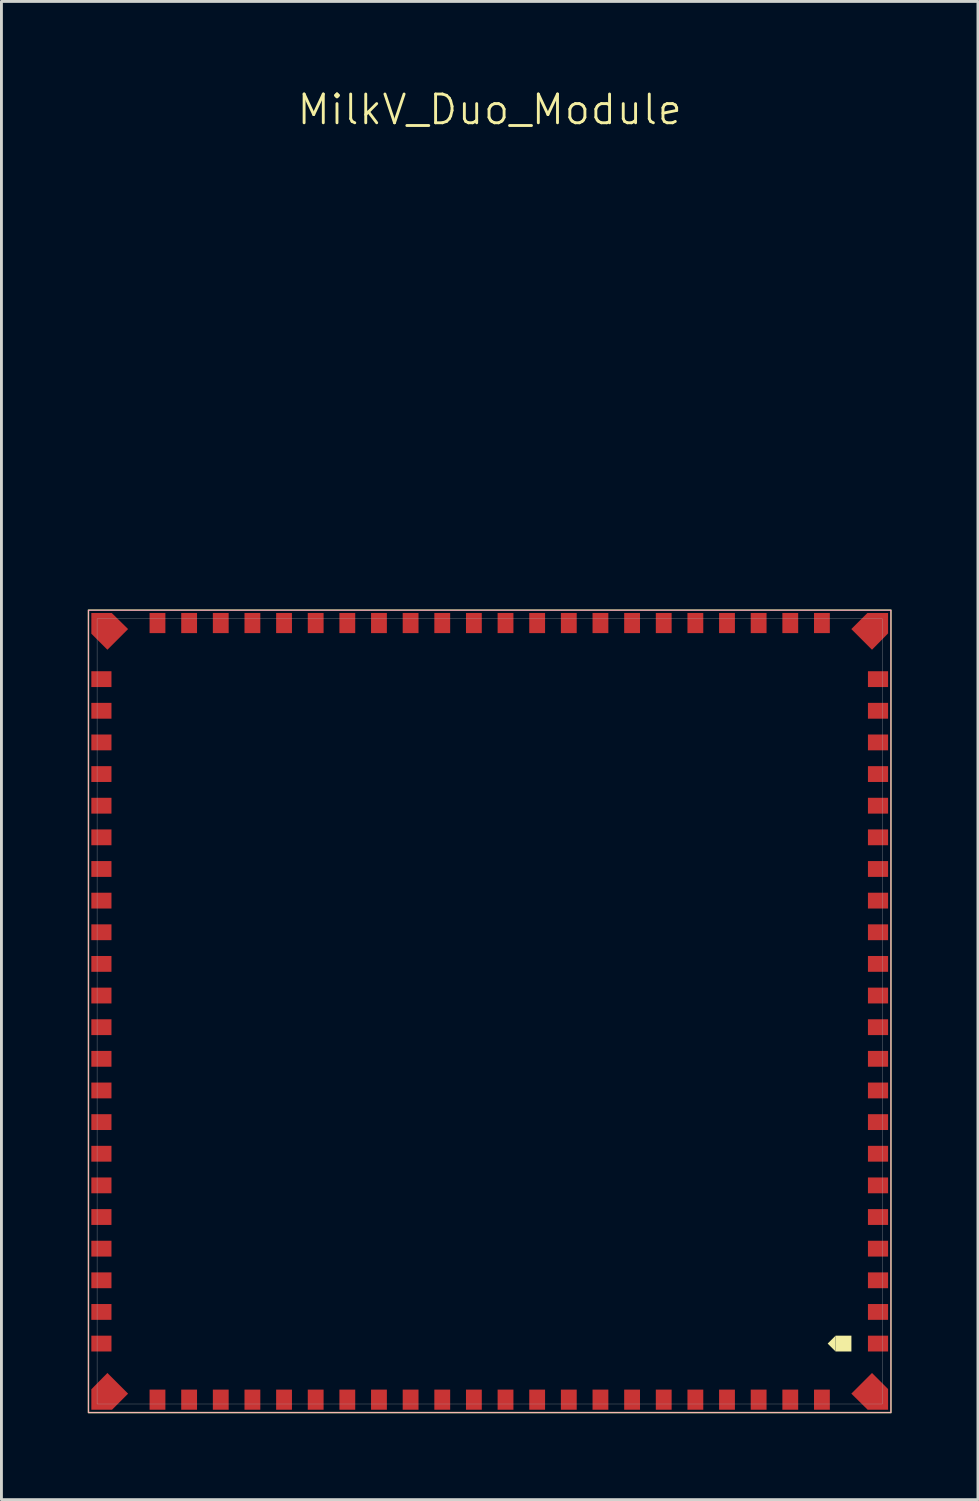
<source format=kicad_pcb>
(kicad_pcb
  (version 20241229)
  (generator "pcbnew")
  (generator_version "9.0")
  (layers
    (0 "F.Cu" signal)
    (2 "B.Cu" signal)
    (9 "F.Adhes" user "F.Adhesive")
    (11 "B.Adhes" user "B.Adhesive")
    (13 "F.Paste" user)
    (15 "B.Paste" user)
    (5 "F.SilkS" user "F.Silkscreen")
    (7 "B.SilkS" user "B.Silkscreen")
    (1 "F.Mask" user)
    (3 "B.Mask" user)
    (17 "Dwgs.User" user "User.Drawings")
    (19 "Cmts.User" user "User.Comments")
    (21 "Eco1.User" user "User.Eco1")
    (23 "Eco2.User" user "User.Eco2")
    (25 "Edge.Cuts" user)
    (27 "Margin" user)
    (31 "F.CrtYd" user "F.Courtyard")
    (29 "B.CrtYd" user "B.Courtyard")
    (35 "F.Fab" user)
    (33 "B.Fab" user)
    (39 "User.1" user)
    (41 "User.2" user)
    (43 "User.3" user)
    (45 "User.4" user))
  (footprint "MilkV_Duo_Module"
    (layer "F.Cu")
    (at 13.975 32.111)
    (property "Reference" "MilkV_Duo_Module" (at 0 -31.35 0) (unlocked yes) (layer "F.SilkS") (effects (font (size 1 1) (thickness 0.1))))
    (attr smd)
    (fp_rect (start -13.95 -13.95) (end 13.95 13.95) (stroke (width 0.05) (type default)) (fill no) (layer "F.SilkS"))
    (fp_rect (start 12.025 11.275) (end 12.575 11.825) (stroke (width 0) (type solid)) (fill yes) (layer "F.SilkS"))
    (fp_poly (pts (xy 12.025 11.275) (xy 11.75 11.55) (xy 12.025 11.825)) (stroke (width 0) (type solid)) (fill yes) (layer "F.SilkS"))
    (fp_rect (start -13.95 -13.95) (end 13.95 13.95) (stroke (width 0.01) (type default)) (fill no) (layer "F.CrtYd"))
    (fp_rect (start -13.65 -13.65) (end 13.65 13.65) (stroke (width 0.01) (type default)) (fill no) (layer "F.Fab"))
    (pad "1" smd rect (at 13.5 11.55 270) (size 0.55 0.7) (layers "F.Cu" "F.Mask" "F.Paste"))
    (pad "2" smd rect (at 13.5 10.45 270) (size 0.55 0.7) (layers "F.Cu" "F.Mask" "F.Paste"))
    (pad "3" smd rect (at 13.5 9.35 270) (size 0.55 0.7) (layers "F.Cu" "F.Mask" "F.Paste"))
    (pad "4" smd rect (at 13.5 8.25 270) (size 0.55 0.7) (layers "F.Cu" "F.Mask" "F.Paste"))
    (pad "5" smd rect (at 13.5 7.15 270) (size 0.55 0.7) (layers "F.Cu" "F.Mask" "F.Paste"))
    (pad "6" smd rect (at 13.5 6.05 270) (size 0.55 0.7) (layers "F.Cu" "F.Mask" "F.Paste"))
    (pad "7" smd rect (at 13.5 4.95 270) (size 0.55 0.7) (layers "F.Cu" "F.Mask" "F.Paste"))
    (pad "8" smd rect (at 13.5 3.85 270) (size 0.55 0.7) (layers "F.Cu" "F.Mask" "F.Paste"))
    (pad "9" smd rect (at 13.5 2.75 270) (size 0.55 0.7) (layers "F.Cu" "F.Mask" "F.Paste"))
    (pad "10" smd rect (at 13.5 1.65 270) (size 0.55 0.7) (layers "F.Cu" "F.Mask" "F.Paste"))
    (pad "11" smd rect (at 13.5 0.55 270) (size 0.55 0.7) (layers "F.Cu" "F.Mask" "F.Paste"))
    (pad "12" smd rect (at 13.5 -0.55 270) (size 0.55 0.7) (layers "F.Cu" "F.Mask" "F.Paste"))
    (pad "13" smd rect (at 13.5 -1.65 270) (size 0.55 0.7) (layers "F.Cu" "F.Mask" "F.Paste"))
    (pad "14" smd rect (at 13.5 -2.75 270) (size 0.55 0.7) (layers "F.Cu" "F.Mask" "F.Paste"))
    (pad "15" smd rect (at 13.5 -3.85 270) (size 0.55 0.7) (layers "F.Cu" "F.Mask" "F.Paste"))
    (pad "16" smd rect (at 13.5 -4.95 270) (size 0.55 0.7) (layers "F.Cu" "F.Mask" "F.Paste"))
    (pad "17" smd rect (at 13.5 -6.05 270) (size 0.55 0.7) (layers "F.Cu" "F.Mask" "F.Paste"))
    (pad "18" smd rect (at 13.5 -7.15 270) (size 0.55 0.7) (layers "F.Cu" "F.Mask" "F.Paste"))
    (pad "19" smd rect (at 13.5 -8.25 270) (size 0.55 0.7) (layers "F.Cu" "F.Mask" "F.Paste"))
    (pad "20" smd rect (at 13.5 -9.35 270) (size 0.55 0.7) (layers "F.Cu" "F.Mask" "F.Paste"))
    (pad "21" smd rect (at 13.5 -10.45 270) (size 0.55 0.7) (layers "F.Cu" "F.Mask" "F.Paste"))
    (pad "22" smd rect (at 13.5 -11.55 270) (size 0.55 0.7) (layers "F.Cu" "F.Mask" "F.Paste"))
    (pad "23" smd rect (at 11.55 -13.5 180) (size 0.55 0.7) (layers "F.Cu" "F.Mask" "F.Paste"))
    (pad "24" smd rect (at 10.45 -13.5 180) (size 0.55 0.7) (layers "F.Cu" "F.Mask" "F.Paste"))
    (pad "25" smd rect (at 9.35 -13.5 180) (size 0.55 0.7) (layers "F.Cu" "F.Mask" "F.Paste"))
    (pad "26" smd rect (at 8.25 -13.5 180) (size 0.55 0.7) (layers "F.Cu" "F.Mask" "F.Paste"))
    (pad "27" smd rect (at 7.15 -13.5 180) (size 0.55 0.7) (layers "F.Cu" "F.Mask" "F.Paste"))
    (pad "28" smd rect (at 6.05 -13.5 180) (size 0.55 0.7) (layers "F.Cu" "F.Mask" "F.Paste"))
    (pad "29" smd rect (at 4.95 -13.5 180) (size 0.55 0.7) (layers "F.Cu" "F.Mask" "F.Paste"))
    (pad "30" smd rect (at 3.85 -13.5 180) (size 0.55 0.7) (layers "F.Cu" "F.Mask" "F.Paste"))
    (pad "31" smd rect (at 2.75 -13.5 180) (size 0.55 0.7) (layers "F.Cu" "F.Mask" "F.Paste"))
    (pad "32" smd rect (at 1.65 -13.5 180) (size 0.55 0.7) (layers "F.Cu" "F.Mask" "F.Paste"))
    (pad "33" smd rect (at 0.55 -13.5 180) (size 0.55 0.7) (layers "F.Cu" "F.Mask" "F.Paste"))
    (pad "34" smd rect (at -0.55 -13.5 180) (size 0.55 0.7) (layers "F.Cu" "F.Mask" "F.Paste"))
    (pad "35" smd rect (at -1.65 -13.5 180) (size 0.55 0.7) (layers "F.Cu" "F.Mask" "F.Paste"))
    (pad "36" smd rect (at -2.75 -13.5 180) (size 0.55 0.7) (layers "F.Cu" "F.Mask" "F.Paste"))
    (pad "37" smd rect (at -3.85 -13.5 180) (size 0.55 0.7) (layers "F.Cu" "F.Mask" "F.Paste"))
    (pad "38" smd rect (at -4.95 -13.5 180) (size 0.55 0.7) (layers "F.Cu" "F.Mask" "F.Paste"))
    (pad "39" smd rect (at -6.05 -13.5 180) (size 0.55 0.7) (layers "F.Cu" "F.Mask" "F.Paste"))
    (pad "40" smd rect (at -7.15 -13.5 180) (size 0.55 0.7) (layers "F.Cu" "F.Mask" "F.Paste"))
    (pad "41" smd rect (at -8.25 -13.5 180) (size 0.55 0.7) (layers "F.Cu" "F.Mask" "F.Paste"))
    (pad "42" smd rect (at -9.35 -13.5 180) (size 0.55 0.7) (layers "F.Cu" "F.Mask" "F.Paste"))
    (pad "43" smd rect (at -10.45 -13.5 180) (size 0.55 0.7) (layers "F.Cu" "F.Mask" "F.Paste"))
    (pad "44" smd rect (at -11.55 -13.5 180) (size 0.55 0.7) (layers "F.Cu" "F.Mask" "F.Paste"))
    (pad "45" smd rect (at -13.5 -11.55 270) (size 0.55 0.7) (layers "F.Cu" "F.Mask" "F.Paste"))
    (pad "46" smd rect (at -13.5 -10.45 270) (size 0.55 0.7) (layers "F.Cu" "F.Mask" "F.Paste"))
    (pad "47" smd rect (at -13.5 -9.35 270) (size 0.55 0.7) (layers "F.Cu" "F.Mask" "F.Paste"))
    (pad "48" smd rect (at -13.5 -8.25 270) (size 0.55 0.7) (layers "F.Cu" "F.Mask" "F.Paste"))
    (pad "49" smd rect (at -13.5 -7.15 270) (size 0.55 0.7) (layers "F.Cu" "F.Mask" "F.Paste"))
    (pad "50" smd rect (at -13.5 -6.05 270) (size 0.55 0.7) (layers "F.Cu" "F.Mask" "F.Paste"))
    (pad "51" smd rect (at -13.5 -4.95 270) (size 0.55 0.7) (layers "F.Cu" "F.Mask" "F.Paste"))
    (pad "52" smd rect (at -13.5 -3.85 270) (size 0.55 0.7) (layers "F.Cu" "F.Mask" "F.Paste"))
    (pad "53" smd rect (at -13.5 -2.75 270) (size 0.55 0.7) (layers "F.Cu" "F.Mask" "F.Paste"))
    (pad "54" smd rect (at -13.5 -1.65 270) (size 0.55 0.7) (layers "F.Cu" "F.Mask" "F.Paste"))
    (pad "55" smd rect (at -13.5 -0.55 270) (size 0.55 0.7) (layers "F.Cu" "F.Mask" "F.Paste"))
    (pad "56" smd rect (at -13.5 0.55 270) (size 0.55 0.7) (layers "F.Cu" "F.Mask" "F.Paste"))
    (pad "57" smd rect (at -13.5 1.65 270) (size 0.55 0.7) (layers "F.Cu" "F.Mask" "F.Paste"))
    (pad "58" smd rect (at -13.5 2.75 270) (size 0.55 0.7) (layers "F.Cu" "F.Mask" "F.Paste"))
    (pad "59" smd rect (at -13.5 3.85 270) (size 0.55 0.7) (layers "F.Cu" "F.Mask" "F.Paste"))
    (pad "60" smd rect (at -13.5 4.95 270) (size 0.55 0.7) (layers "F.Cu" "F.Mask" "F.Paste"))
    (pad "61" smd rect (at -13.5 6.05 270) (size 0.55 0.7) (layers "F.Cu" "F.Mask" "F.Paste"))
    (pad "62" smd rect (at -13.5 7.15 270) (size 0.55 0.7) (layers "F.Cu" "F.Mask" "F.Paste"))
    (pad "63" smd rect (at -13.5 8.25 270) (size 0.55 0.7) (layers "F.Cu" "F.Mask" "F.Paste"))
    (pad "64" smd rect (at -13.5 9.35 270) (size 0.55 0.7) (layers "F.Cu" "F.Mask" "F.Paste"))
    (pad "65" smd rect (at -13.5 10.45 270) (size 0.55 0.7) (layers "F.Cu" "F.Mask" "F.Paste"))
    (pad "66" smd rect (at -13.5 11.55 270) (size 0.55 0.7) (layers "F.Cu" "F.Mask" "F.Paste"))
    (pad "67" smd rect (at -11.55 13.5) (size 0.55 0.7) (layers "F.Cu" "F.Mask" "F.Paste"))
    (pad "68" smd rect (at -10.45 13.5) (size 0.55 0.7) (layers "F.Cu" "F.Mask" "F.Paste"))
    (pad "69" smd rect (at -9.35 13.5) (size 0.55 0.7) (layers "F.Cu" "F.Mask" "F.Paste"))
    (pad "70" smd rect (at -8.25 13.5) (size 0.55 0.7) (layers "F.Cu" "F.Mask" "F.Paste"))
    (pad "71" smd rect (at -7.15 13.5) (size 0.55 0.7) (layers "F.Cu" "F.Mask" "F.Paste"))
    (pad "72" smd rect (at -6.05 13.5) (size 0.55 0.7) (layers "F.Cu" "F.Mask" "F.Paste"))
    (pad "73" smd rect (at -4.95 13.5) (size 0.55 0.7) (layers "F.Cu" "F.Mask" "F.Paste"))
    (pad "74" smd rect (at -3.85 13.5) (size 0.55 0.7) (layers "F.Cu" "F.Mask" "F.Paste"))
    (pad "75" smd rect (at -2.75 13.5) (size 0.55 0.7) (layers "F.Cu" "F.Mask" "F.Paste"))
    (pad "76" smd rect (at -1.65 13.5) (size 0.55 0.7) (layers "F.Cu" "F.Mask" "F.Paste"))
    (pad "77" smd rect (at -0.55 13.5) (size 0.55 0.7) (layers "F.Cu" "F.Mask" "F.Paste"))
    (pad "78" smd rect (at 0.55 13.5) (size 0.55 0.7) (layers "F.Cu" "F.Mask" "F.Paste"))
    (pad "79" smd rect (at 1.65 13.5) (size 0.55 0.7) (layers "F.Cu" "F.Mask" "F.Paste"))
    (pad "80" smd rect (at 2.75 13.5) (size 0.55 0.7) (layers "F.Cu" "F.Mask" "F.Paste"))
    (pad "81" smd rect (at 3.85 13.5) (size 0.55 0.7) (layers "F.Cu" "F.Mask" "F.Paste"))
    (pad "82" smd rect (at 4.95 13.5) (size 0.55 0.7) (layers "F.Cu" "F.Mask" "F.Paste"))
    (pad "83" smd rect (at 6.05 13.5) (size 0.55 0.7) (layers "F.Cu" "F.Mask" "F.Paste"))
    (pad "84" smd rect (at 7.15 13.5) (size 0.55 0.7) (layers "F.Cu" "F.Mask" "F.Paste"))
    (pad "85" smd rect (at 8.25 13.5) (size 0.55 0.7) (layers "F.Cu" "F.Mask" "F.Paste"))
    (pad "86" smd rect (at 9.35 13.5) (size 0.55 0.7) (layers "F.Cu" "F.Mask" "F.Paste"))
    (pad "87" smd rect (at 10.45 13.5) (size 0.55 0.7) (layers "F.Cu" "F.Mask" "F.Paste"))
    (pad "88" smd rect (at 11.55 13.5) (size 0.55 0.7) (layers "F.Cu" "F.Mask" "F.Paste"))
    (pad "89" smd custom (at 13.325 13.325) (size 0.2 0.2) (layers "F.Cu" "F.Mask" "F.Paste") (options (anchor rect)) (primitives (gr_poly (pts (xy -0.034 -0.753) (xy 0.525 -0.195) (xy 0.525 0.525) (xy -0.185 0.525) (xy -0.753 -0.034)) (width 0) (fill yes))))
    (pad "90" smd custom (at 13.325 -13.325 90) (size 0.2 0.2) (layers "F.Cu" "F.Mask" "F.Paste") (options (anchor rect)) (primitives (gr_poly (pts (xy -0.034 -0.753) (xy 0.525 -0.195) (xy 0.525 0.525) (xy -0.185 0.525) (xy -0.753 -0.034)) (width 0) (fill yes))))
    (pad "91" smd custom (at -13.325 -13.325 180) (size 0.2 0.2) (layers "F.Cu" "F.Mask" "F.Paste") (options (anchor rect)) (primitives (gr_poly (pts (xy -0.034 -0.753) (xy 0.525 -0.195) (xy 0.525 0.525) (xy -0.185 0.525) (xy -0.753 -0.034)) (width 0) (fill yes))))
    (pad "92" smd custom (at -13.325 13.325 270) (size 0.2 0.2) (layers "F.Cu" "F.Mask" "F.Paste") (options (anchor rect)) (primitives (gr_poly (pts (xy -0.034 -0.753) (xy 0.525 -0.195) (xy 0.525 0.525) (xy -0.185 0.525) (xy -0.753 -0.034)) (width 0) (fill yes)))))
  (gr_rect
    (start -3 -3)
    (end 30.95 49.086)
    (stroke (width 0.1) (type default))
    (fill no)
    (layer "Edge.Cuts")))
</source>
